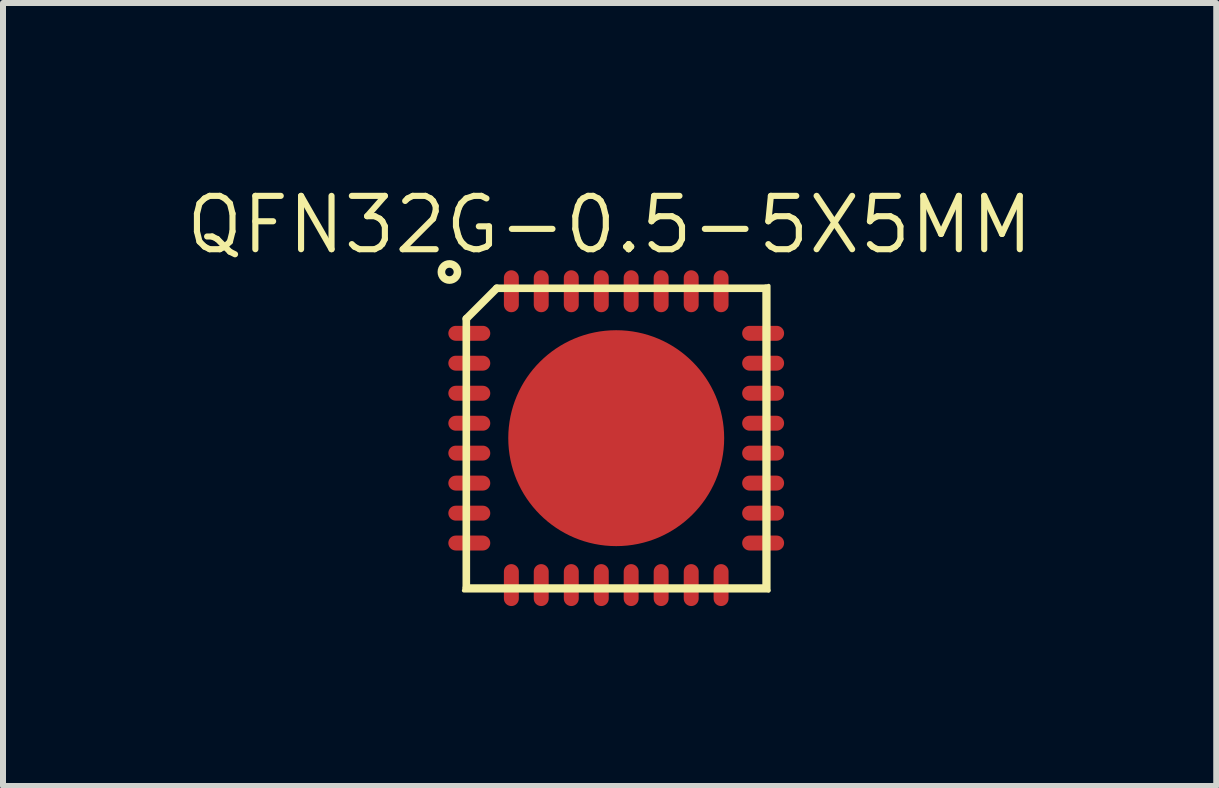
<source format=kicad_pcb>
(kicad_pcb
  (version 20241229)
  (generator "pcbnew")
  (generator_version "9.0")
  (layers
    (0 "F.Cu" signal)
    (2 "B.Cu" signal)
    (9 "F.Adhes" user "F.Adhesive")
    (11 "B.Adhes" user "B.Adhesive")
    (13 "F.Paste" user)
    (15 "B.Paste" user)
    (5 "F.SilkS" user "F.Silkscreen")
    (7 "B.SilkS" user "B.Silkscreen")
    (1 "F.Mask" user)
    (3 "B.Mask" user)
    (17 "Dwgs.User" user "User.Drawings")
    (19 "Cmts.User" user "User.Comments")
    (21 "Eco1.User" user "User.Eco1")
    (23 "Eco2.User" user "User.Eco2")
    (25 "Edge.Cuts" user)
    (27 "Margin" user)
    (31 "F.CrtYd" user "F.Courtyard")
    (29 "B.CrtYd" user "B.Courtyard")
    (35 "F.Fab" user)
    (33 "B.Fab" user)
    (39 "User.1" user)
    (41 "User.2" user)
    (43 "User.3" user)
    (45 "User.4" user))
  (footprint "QFN32G-0.5-5X5MM"
    (layer "F.Cu")
    (at 7.222 4.254)
    (property "Reference" "QFN32G-0.5-5X5MM" (at -0.11 -3.556 0) (layer "F.SilkS") (effects (font (size 0.889 0.889) (thickness 0.102))))
    (attr smd)
    (fp_line (start -2.54 2.54) (end 2.54 2.54) (stroke (width 0.066) (type solid)) (layer "F.SilkS"))
    (fp_line (start -2.499 -1.991) (end -1.991 -2.499) (stroke (width 0.127) (type solid)) (layer "F.SilkS"))
    (fp_line (start -2.499 2.499) (end -2.499 -1.991) (stroke (width 0.127) (type solid)) (layer "F.SilkS"))
    (fp_line (start -1.991 -2.499) (end 2.499 -2.499) (stroke (width 0.127) (type solid)) (layer "F.SilkS"))
    (fp_line (start 2.499 -2.499) (end 2.499 2.499) (stroke (width 0.127) (type solid)) (layer "F.SilkS"))
    (fp_line (start 2.499 2.499) (end -2.499 2.499) (stroke (width 0.127) (type solid)) (layer "F.SilkS"))
    (fp_line (start 2.54 2.54) (end 2.54 -2.54) (stroke (width 0.066) (type solid)) (layer "F.SilkS"))
    (fp_circle (center -2.78 -2.77) (end -2.69 -2.67) (stroke (width 0.127) (type solid)) (fill no) (layer "F.SilkS"))
    (pad "1" smd oval (at -2.449 -1.748) (size 0.699 0.249) (layers "F.Cu" "F.Mask" "F.Paste"))
    (pad "2" smd oval (at -2.449 -1.25) (size 0.699 0.249) (layers "F.Cu" "F.Mask" "F.Paste"))
    (pad "3" smd oval (at -2.449 -0.749) (size 0.699 0.249) (layers "F.Cu" "F.Mask" "F.Paste"))
    (pad "4" smd oval (at -2.449 -0.249) (size 0.699 0.249) (layers "F.Cu" "F.Mask" "F.Paste"))
    (pad "5" smd oval (at -2.449 0.249) (size 0.699 0.249) (layers "F.Cu" "F.Mask" "F.Paste"))
    (pad "6" smd oval (at -2.449 0.749) (size 0.699 0.249) (layers "F.Cu" "F.Mask" "F.Paste"))
    (pad "7" smd oval (at -2.449 1.25) (size 0.699 0.249) (layers "F.Cu" "F.Mask" "F.Paste"))
    (pad "8" smd oval (at -2.449 1.748) (size 0.699 0.249) (layers "F.Cu" "F.Mask" "F.Paste"))
    (pad "9" smd oval (at -1.748 2.449 90) (size 0.699 0.249) (layers "F.Cu" "F.Mask" "F.Paste"))
    (pad "10" smd oval (at -1.25 2.449 90) (size 0.699 0.249) (layers "F.Cu" "F.Mask" "F.Paste"))
    (pad "11" smd oval (at -0.749 2.449 90) (size 0.699 0.249) (layers "F.Cu" "F.Mask" "F.Paste"))
    (pad "12" smd oval (at -0.249 2.449 90) (size 0.699 0.249) (layers "F.Cu" "F.Mask" "F.Paste"))
    (pad "13" smd oval (at 0.249 2.449 90) (size 0.699 0.249) (layers "F.Cu" "F.Mask" "F.Paste"))
    (pad "14" smd oval (at 0.749 2.449 90) (size 0.699 0.249) (layers "F.Cu" "F.Mask" "F.Paste"))
    (pad "15" smd oval (at 1.25 2.449 90) (size 0.699 0.249) (layers "F.Cu" "F.Mask" "F.Paste"))
    (pad "16" smd oval (at 1.748 2.449 90) (size 0.699 0.249) (layers "F.Cu" "F.Mask" "F.Paste"))
    (pad "17" smd oval (at 2.449 1.748 180) (size 0.699 0.249) (layers "F.Cu" "F.Mask" "F.Paste"))
    (pad "18" smd oval (at 2.449 1.25 180) (size 0.699 0.249) (layers "F.Cu" "F.Mask" "F.Paste"))
    (pad "19" smd oval (at 2.449 0.749 180) (size 0.699 0.249) (layers "F.Cu" "F.Mask" "F.Paste"))
    (pad "20" smd oval (at 2.449 0.249 180) (size 0.699 0.249) (layers "F.Cu" "F.Mask" "F.Paste"))
    (pad "21" smd oval (at 2.449 -0.249 180) (size 0.699 0.249) (layers "F.Cu" "F.Mask" "F.Paste"))
    (pad "22" smd oval (at 2.449 -0.749 180) (size 0.699 0.249) (layers "F.Cu" "F.Mask" "F.Paste"))
    (pad "23" smd oval (at 2.449 -1.25 180) (size 0.699 0.249) (layers "F.Cu" "F.Mask" "F.Paste"))
    (pad "24" smd oval (at 2.449 -1.748 180) (size 0.699 0.249) (layers "F.Cu" "F.Mask" "F.Paste"))
    (pad "25" smd oval (at 1.748 -2.449 270) (size 0.699 0.249) (layers "F.Cu" "F.Mask" "F.Paste"))
    (pad "26" smd oval (at 1.25 -2.449 270) (size 0.699 0.249) (layers "F.Cu" "F.Mask" "F.Paste"))
    (pad "27" smd oval (at 0.749 -2.449 270) (size 0.699 0.249) (layers "F.Cu" "F.Mask" "F.Paste"))
    (pad "28" smd oval (at 0.249 -2.449 270) (size 0.699 0.249) (layers "F.Cu" "F.Mask" "F.Paste"))
    (pad "29" smd oval (at -0.249 -2.449 270) (size 0.699 0.249) (layers "F.Cu" "F.Mask" "F.Paste"))
    (pad "30" smd oval (at -0.749 -2.449 270) (size 0.699 0.249) (layers "F.Cu" "F.Mask" "F.Paste"))
    (pad "31" smd oval (at -1.25 -2.449 270) (size 0.699 0.249) (layers "F.Cu" "F.Mask" "F.Paste"))
    (pad "32" smd oval (at -1.748 -2.449 270) (size 0.699 0.249) (layers "F.Cu" "F.Mask" "F.Paste"))
    (pad "33" smd oval (at 0 0) (size 3.599 3.599) (layers "F.Cu" "F.Mask" "F.Paste")))
  (gr_rect
    (start -3 -3)
    (end 17.224 10.052)
    (stroke (width 0.1) (type default))
    (fill no)
    (layer "Edge.Cuts")))
</source>
